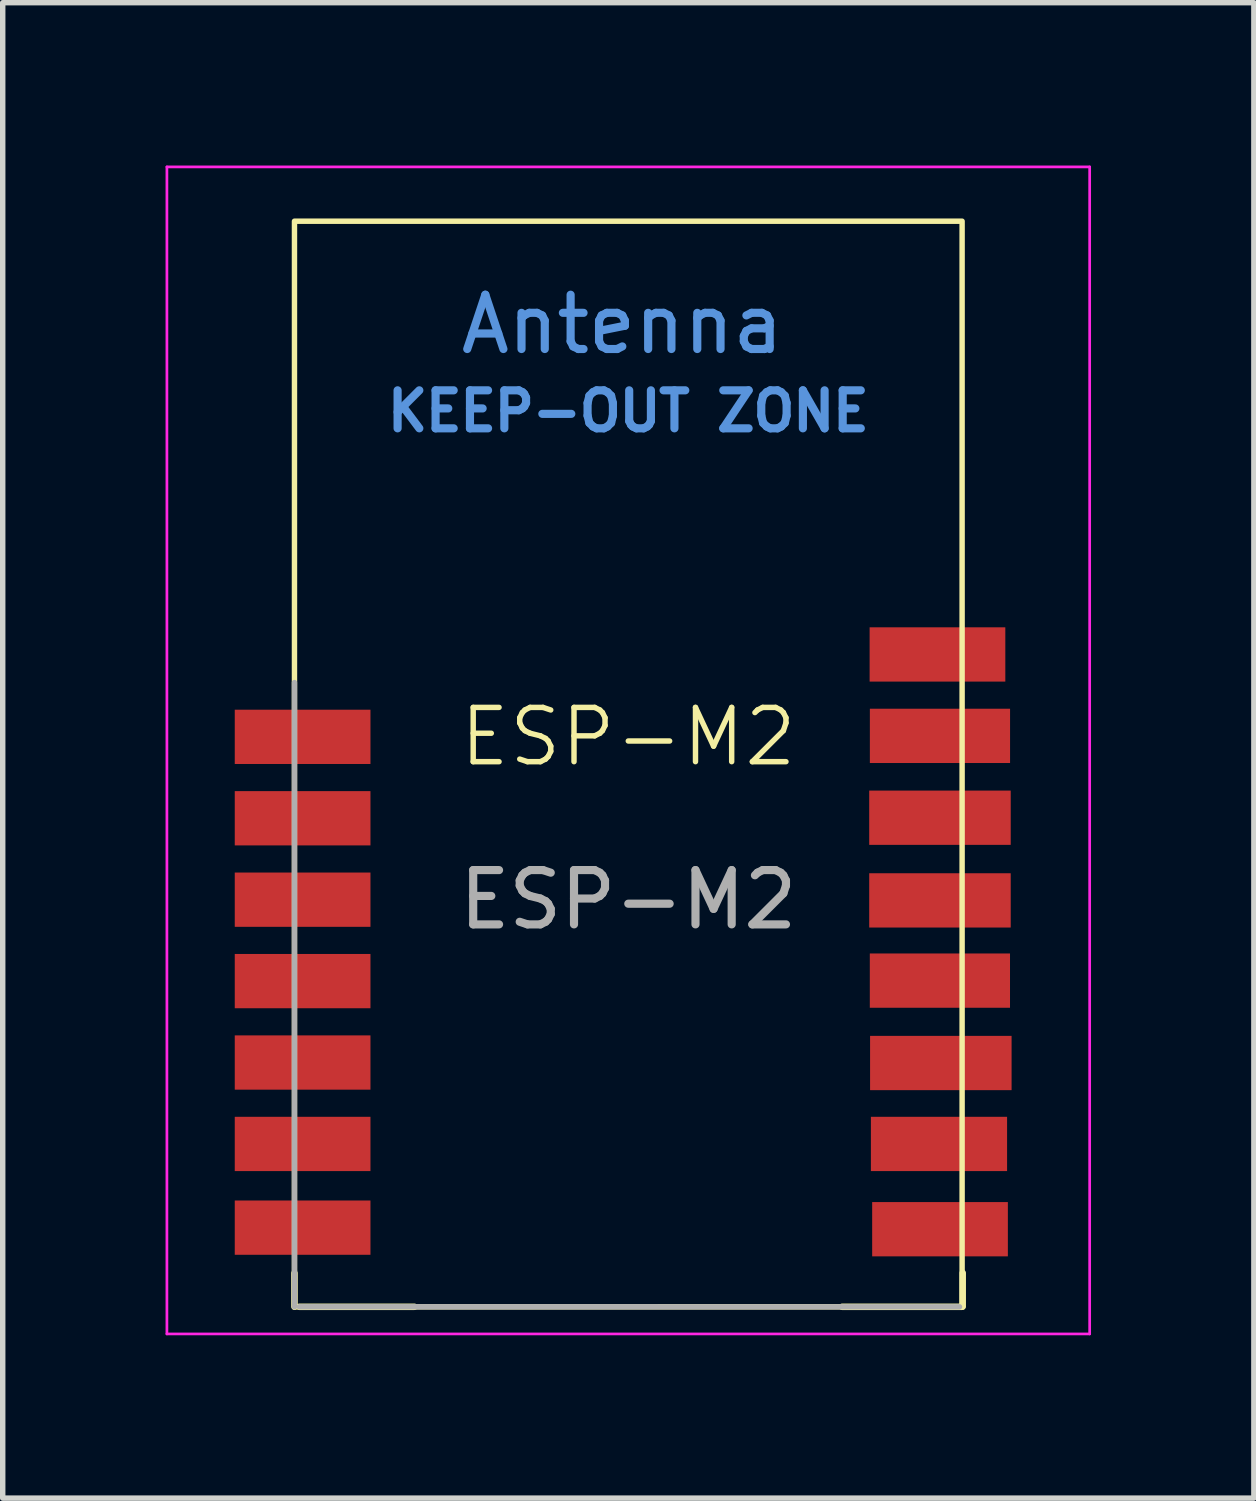
<source format=kicad_pcb>
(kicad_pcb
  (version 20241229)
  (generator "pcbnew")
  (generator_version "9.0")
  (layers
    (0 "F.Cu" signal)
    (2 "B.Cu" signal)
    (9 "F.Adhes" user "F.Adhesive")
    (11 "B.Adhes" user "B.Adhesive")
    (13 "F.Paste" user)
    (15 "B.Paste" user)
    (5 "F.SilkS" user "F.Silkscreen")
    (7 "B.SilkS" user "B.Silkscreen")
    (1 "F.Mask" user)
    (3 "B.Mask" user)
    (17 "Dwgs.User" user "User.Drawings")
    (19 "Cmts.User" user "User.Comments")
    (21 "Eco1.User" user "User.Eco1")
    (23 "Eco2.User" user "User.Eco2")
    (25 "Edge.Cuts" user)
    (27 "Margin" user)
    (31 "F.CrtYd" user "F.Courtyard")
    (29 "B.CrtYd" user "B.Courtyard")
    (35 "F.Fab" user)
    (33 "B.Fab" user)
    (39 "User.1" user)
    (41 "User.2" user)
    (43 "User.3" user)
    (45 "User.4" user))
  (footprint "ESP-M2"
    (layer "F.Cu")
    (at 8.525 11.025)
    (property "Reference" "ESP-M2" (at 0 -0.5 0) (unlocked yes) (layer "F.SilkS") (effects (font (size 1 1) (thickness 0.1))))
    (attr smd)
    (fp_line (start -6.15 10) (end -6.15 9.38) (stroke (width 0.12) (type solid)) (layer "F.SilkS"))
    (fp_line (start -3.94 10) (end -6.06 10) (stroke (width 0.12) (type solid)) (layer "F.SilkS"))
    (fp_line (start 6.15 10) (end 3.94 10) (stroke (width 0.12) (type solid)) (layer "F.SilkS"))
    (fp_line (start 6.161 9.376) (end 6.161 9.996) (stroke (width 0.12) (type solid)) (layer "F.SilkS"))
    (fp_rect (start -6.15 10) (end 6.15 -10) (stroke (width 0.1) (type default)) (fill no) (layer "F.SilkS"))
    (fp_line (start -8.5 -11) (end 8.5 -11) (stroke (width 0.05) (type solid)) (layer "F.CrtYd"))
    (fp_line (start -8.5 10.5) (end -8.5 -11) (stroke (width 0.05) (type solid)) (layer "F.CrtYd"))
    (fp_line (start 8.5 -11) (end 8.5 10.5) (stroke (width 0.05) (type solid)) (layer "F.CrtYd"))
    (fp_line (start 8.5 10.5) (end -8.5 10.5) (stroke (width 0.05) (type solid)) (layer "F.CrtYd"))
    (fp_line (start -6.15 10) (end -6.15 -1.5) (stroke (width 0.1) (type solid)) (layer "F.Fab"))
    (fp_line (start 6.102 10.001) (end -6.06 10) (stroke (width 0.1) (type solid)) (layer "F.Fab"))
    (fp_text user "KEEP-OUT ZONE" (at 0 -6.5 180) (layer "Cmts.User") (effects (font (size 0.7 0.7) (thickness 0.15))))
    (fp_text user "Antenna" (at -0.11 -8.1 180) (layer "Cmts.User") (effects (font (size 1 1) (thickness 0.15))))
    (fp_text user "${REFERENCE}" (at 0 2.5 0) (unlocked yes) (layer "F.Fab") (effects (font (size 1 1) (thickness 0.15))))
    (pad "1" smd rect (at -6 -0.5) (size 2.5 1) (layers "F.Cu" "F.Mask" "F.Paste"))
    (pad "2" smd rect (at -6 1) (size 2.5 1) (layers "F.Cu" "F.Mask" "F.Paste"))
    (pad "3" smd rect (at -6 2.5) (size 2.5 1) (layers "F.Cu" "F.Mask" "F.Paste"))
    (pad "4" smd rect (at -6 4) (size 2.5 1) (layers "F.Cu" "F.Mask" "F.Paste"))
    (pad "5" smd rect (at -6 5.5) (size 2.5 1) (layers "F.Cu" "F.Mask" "F.Paste"))
    (pad "6" smd rect (at -6 7) (size 2.5 1) (layers "F.Cu" "F.Mask" "F.Paste"))
    (pad "7" smd rect (at -6 8.542) (size 2.5 1) (layers "F.Cu" "F.Mask" "F.Paste"))
    (pad "8" smd rect (at 5.743 8.571) (size 2.5 1) (layers "F.Cu" "F.Mask" "F.Paste"))
    (pad "9" smd rect (at 5.724 7 270) (size 1 2.509) (layers "F.Cu" "F.Mask" "F.Paste"))
    (pad "10" smd rect (at 5.758 5.509 270) (size 1 2.607) (layers "F.Cu" "F.Mask" "F.Paste"))
    (pad "11" smd rect (at 5.741 3.991 270) (size 1 2.583) (layers "F.Cu" "F.Mask" "F.Paste"))
    (pad "12" smd rect (at 5.742 2.513 270) (size 1 2.607) (layers "F.Cu" "F.Mask" "F.Paste"))
    (pad "13" smd rect (at 5.742 0.99 270) (size 1 2.607) (layers "F.Cu" "F.Mask" "F.Paste"))
    (pad "14" smd rect (at 5.742 -0.518 270) (size 1 2.583) (layers "F.Cu" "F.Mask" "F.Paste"))
    (pad "15" smd rect (at 5.696 -2.018) (size 2.5 1) (layers "F.Cu" "F.Mask" "F.Paste"))
    (zone (net_name "") (layers "F.Cu" "B.Cu") (hatch full 0.508) (connect_pads) (min_thickness 0.254) (filled_areas_thickness no) (keepout (tracks not_allowed) (vias not_allowed) (pads not_allowed) (copperpour not_allowed) (footprints not_allowed)) (placement (enabled no)) (fill) (polygon (pts (xy 2.423 7.779) (xy 14.713 7.815) (xy 14.695 1.031) (xy 2.525 1.025)))))
  (gr_rect
    (start -3 -3)
    (end 20.05 24.55)
    (stroke (width 0.1) (type default))
    (fill no)
    (layer "Edge.Cuts")))
</source>
